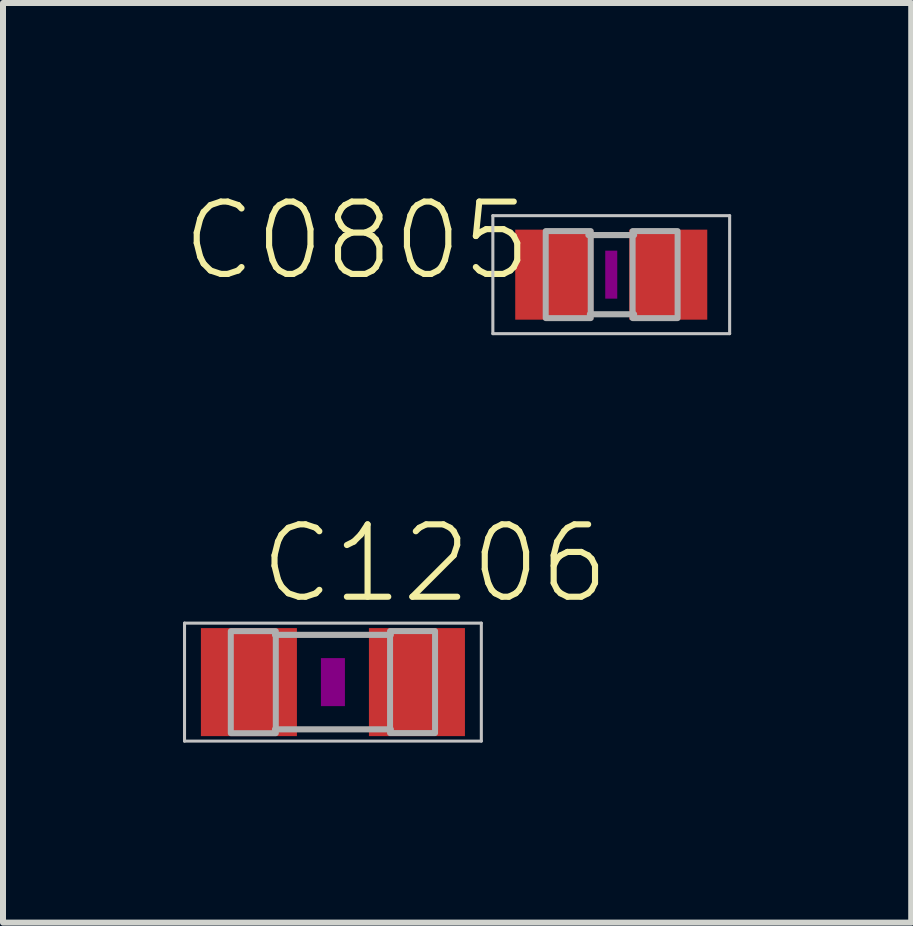
<source format=kicad_pcb>
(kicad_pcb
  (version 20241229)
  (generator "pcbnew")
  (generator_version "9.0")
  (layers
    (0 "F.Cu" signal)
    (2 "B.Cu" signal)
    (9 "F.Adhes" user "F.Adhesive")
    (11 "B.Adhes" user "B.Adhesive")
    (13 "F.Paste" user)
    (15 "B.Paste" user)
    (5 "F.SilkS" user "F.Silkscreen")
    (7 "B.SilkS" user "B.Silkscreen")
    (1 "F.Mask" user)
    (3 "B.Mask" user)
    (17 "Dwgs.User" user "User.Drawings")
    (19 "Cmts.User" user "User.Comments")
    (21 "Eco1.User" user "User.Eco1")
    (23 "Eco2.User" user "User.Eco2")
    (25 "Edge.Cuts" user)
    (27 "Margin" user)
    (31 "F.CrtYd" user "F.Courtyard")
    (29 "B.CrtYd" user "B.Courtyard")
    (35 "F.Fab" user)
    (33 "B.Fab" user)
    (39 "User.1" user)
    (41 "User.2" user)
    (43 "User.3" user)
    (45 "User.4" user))
  (footprint "C1206"
    (layer "F.Cu")
    (at 2.498 8.317)
    (property "Reference" "C1206" (at -1.27 -1.27 0) (layer "F.SilkS") (effects (font (size 1.206 1.206) (thickness 0.102)) (justify left bottom)))
    (attr through_hole)
    (fp_poly (pts (xy -0.2 0.4) (xy 0.2 0.4) (xy 0.2 -0.4) (xy -0.2 -0.4)) (stroke (width 0) (type solid)) (fill yes) (layer "F.Adhes"))
    (fp_line (start -2.473 -0.983) (end 2.473 -0.983) (stroke (width 0.051) (type solid)) (layer "Dwgs.User"))
    (fp_line (start -2.473 0.983) (end -2.473 -0.983) (stroke (width 0.051) (type solid)) (layer "Dwgs.User"))
    (fp_line (start 2.473 -0.983) (end 2.473 0.983) (stroke (width 0.051) (type solid)) (layer "Dwgs.User"))
    (fp_line (start 2.473 0.983) (end -2.473 0.983) (stroke (width 0.051) (type solid)) (layer "Dwgs.User"))
    (fp_line (start -0.965 -0.787) (end 0.965 -0.787) (stroke (width 0.102) (type solid)) (layer "F.Fab"))
    (fp_line (start -0.965 0.787) (end 0.965 0.787) (stroke (width 0.102) (type solid)) (layer "F.Fab"))
    (fp_poly (pts (xy -1.702 0.851) (xy -0.952 0.851) (xy -0.952 -0.849) (xy -1.702 -0.849)) (stroke (width 0.1) (type solid)) (fill no) (layer "F.Fab"))
    (fp_poly (pts (xy 0.952 0.849) (xy 1.702 0.849) (xy 1.702 -0.851) (xy 0.952 -0.851)) (stroke (width 0.1) (type solid)) (fill no) (layer "F.Fab"))
    (pad "1" smd rect (at -1.4 0) (size 1.6 1.8) (layers "F.Cu" "F.Mask" "F.Paste"))
    (pad "2" smd rect (at 1.4 0) (size 1.6 1.8) (layers "F.Cu" "F.Mask" "F.Paste")))
  (footprint "C0805"
    (layer "F.Cu")
    (at 7.136 1.527)
    (property "Reference" "C0805" (at -1.27 -1.27 0) (layer "F.SilkS") (effects (font (size 1.206 1.206) (thickness 0.102)) (justify right top)))
    (attr through_hole)
    (fp_poly (pts (xy -0.1 0.4) (xy 0.1 0.4) (xy 0.1 -0.4) (xy -0.1 -0.4)) (stroke (width 0) (type solid)) (fill yes) (layer "F.Adhes"))
    (fp_line (start -1.973 -0.983) (end 1.973 -0.983) (stroke (width 0.051) (type solid)) (layer "Dwgs.User"))
    (fp_line (start -1.973 0.983) (end -1.973 -0.983) (stroke (width 0.051) (type solid)) (layer "Dwgs.User"))
    (fp_line (start 1.973 -0.983) (end 1.973 0.983) (stroke (width 0.051) (type solid)) (layer "Dwgs.User"))
    (fp_line (start 1.973 0.983) (end -1.973 0.983) (stroke (width 0.051) (type solid)) (layer "Dwgs.User"))
    (fp_line (start -0.381 -0.66) (end 0.381 -0.66) (stroke (width 0.102) (type solid)) (layer "F.Fab"))
    (fp_line (start -0.356 0.66) (end 0.381 0.66) (stroke (width 0.102) (type solid)) (layer "F.Fab"))
    (fp_poly (pts (xy -1.092 0.724) (xy -0.342 0.724) (xy -0.342 -0.726) (xy -1.092 -0.726)) (stroke (width 0.1) (type solid)) (fill no) (layer "F.Fab"))
    (fp_poly (pts (xy 0.356 0.724) (xy 1.106 0.724) (xy 1.106 -0.726) (xy 0.356 -0.726)) (stroke (width 0.1) (type solid)) (fill no) (layer "F.Fab"))
    (pad "1" smd rect (at -0.95 0) (size 1.3 1.5) (layers "F.Cu" "F.Mask" "F.Paste"))
    (pad "2" smd rect (at 0.95 0) (size 1.3 1.5) (layers "F.Cu" "F.Mask" "F.Paste")))
  (gr_rect
    (start -3 -3)
    (end 12.135 12.325)
    (stroke (width 0.1) (type default))
    (fill no)
    (layer "Edge.Cuts")))
</source>
